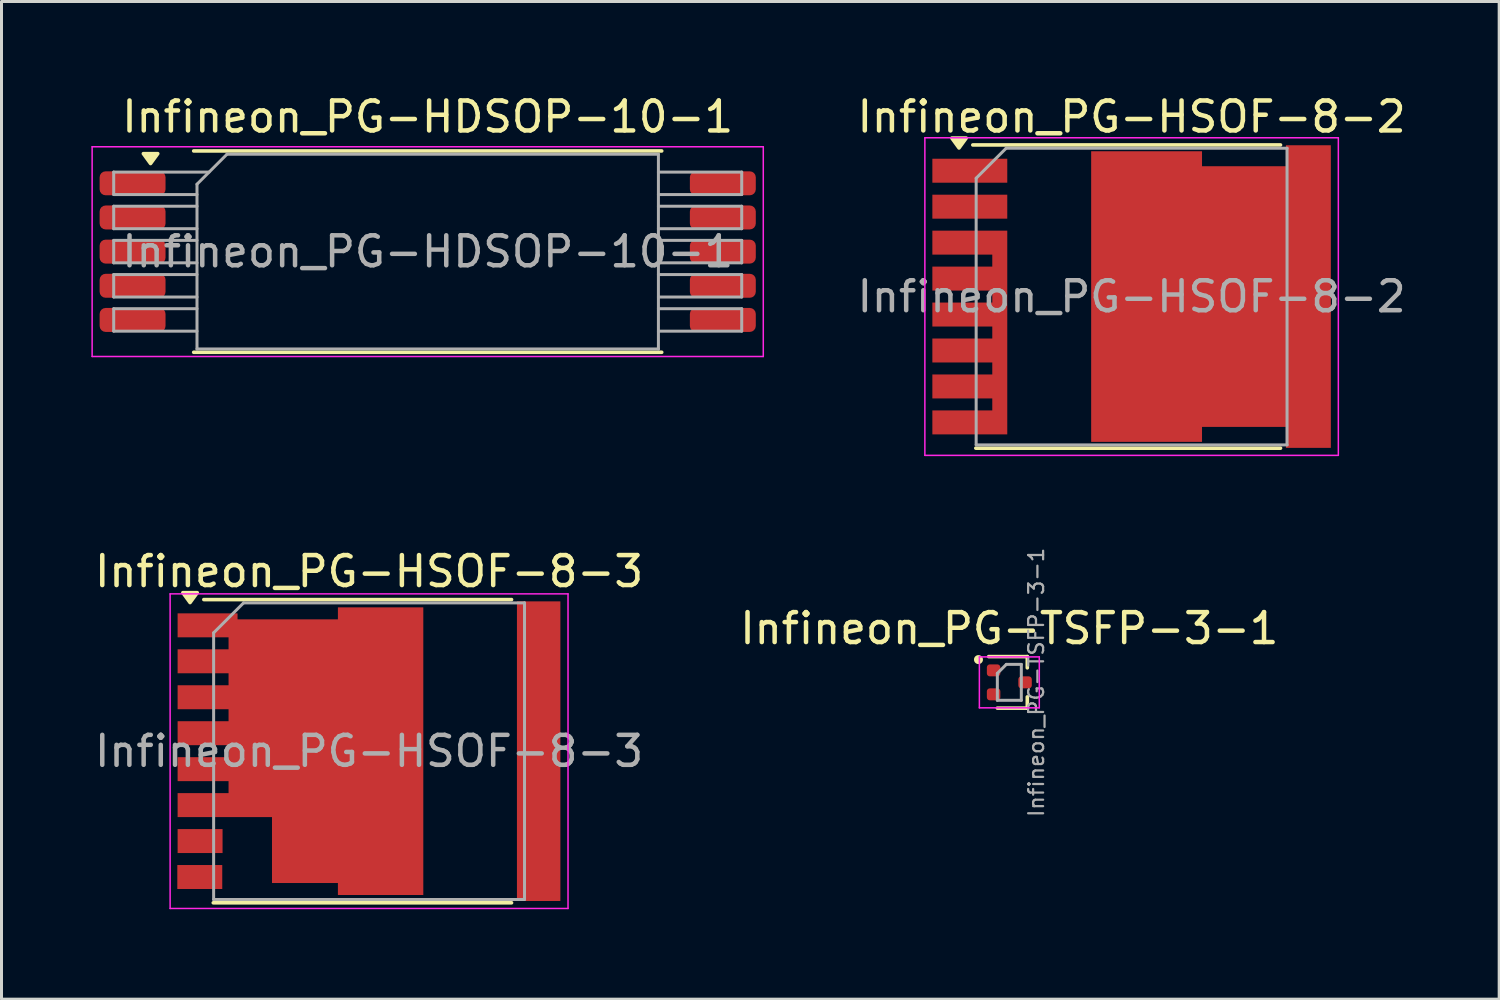
<source format=kicad_pcb>
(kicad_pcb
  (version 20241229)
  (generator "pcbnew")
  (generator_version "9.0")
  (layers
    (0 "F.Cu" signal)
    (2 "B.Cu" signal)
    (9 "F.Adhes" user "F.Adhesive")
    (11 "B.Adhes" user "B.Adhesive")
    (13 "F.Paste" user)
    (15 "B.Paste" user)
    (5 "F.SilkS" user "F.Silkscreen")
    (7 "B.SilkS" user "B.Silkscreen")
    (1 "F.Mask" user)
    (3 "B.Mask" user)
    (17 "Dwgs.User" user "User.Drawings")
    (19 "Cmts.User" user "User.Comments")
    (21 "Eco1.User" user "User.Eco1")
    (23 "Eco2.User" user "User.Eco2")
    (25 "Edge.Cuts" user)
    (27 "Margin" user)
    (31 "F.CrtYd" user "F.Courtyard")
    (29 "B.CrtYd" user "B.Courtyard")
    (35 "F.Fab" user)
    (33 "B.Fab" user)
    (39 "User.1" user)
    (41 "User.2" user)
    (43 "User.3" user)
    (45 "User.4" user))
  (footprint "Infineon_PG-HSOF-8-2"
    (layer "F.Cu")
    (at 34.718 6.848)
    (property "Reference" "Infineon_PG-HSOF-8-2" (at 0 -6 0) (layer "F.SilkS") (effects (font (size 1 1) (thickness 0.15))))
    (attr smd)
    (fp_line (start -5.3 -5.06) (end 4.97 -5.06) (stroke (width 0.12) (type solid)) (layer "F.SilkS"))
    (fp_line (start -5.2 5.06) (end 4.97 5.06) (stroke (width 0.12) (type solid)) (layer "F.SilkS"))
    (fp_poly (pts (xy -5.76 -4.96) (xy -5.52 -5.29) (xy -6 -5.29) (xy -5.76 -4.96)) (stroke (width 0.12) (type solid)) (fill yes) (layer "F.SilkS"))
    (fp_line (start -6.9 5.3) (end -6.9 -5.3) (stroke (width 0.05) (type solid)) (layer "F.CrtYd"))
    (fp_line (start -6.9 5.3) (end 6.9 5.3) (stroke (width 0.05) (type solid)) (layer "F.CrtYd"))
    (fp_line (start 6.9 -5.3) (end -6.9 -5.3) (stroke (width 0.05) (type solid)) (layer "F.CrtYd"))
    (fp_line (start 6.9 -5.3) (end 6.9 5.3) (stroke (width 0.05) (type solid)) (layer "F.CrtYd"))
    (fp_line (start -5.188 4.95) (end -5.188 -3.95) (stroke (width 0.1) (type solid)) (layer "F.Fab"))
    (fp_line (start -4.188 -4.95) (end -5.188 -3.95) (stroke (width 0.1) (type solid)) (layer "F.Fab"))
    (fp_line (start -4.188 -4.95) (end 5.188 -4.95) (stroke (width 0.1) (type solid)) (layer "F.Fab"))
    (fp_line (start 5.188 -4.95) (end 5.188 4.95) (stroke (width 0.1) (type solid)) (layer "F.Fab"))
    (fp_line (start 5.188 4.95) (end -5.188 4.95) (stroke (width 0.1) (type solid)) (layer "F.Fab"))
    (fp_text user "${REFERENCE}" (at 0 0 0) (layer "F.Fab") (effects (font (size 1 1) (thickness 0.15))))
    (pad "" smd rect (at -5.4 -4.2) (size 2.35 0.7) (layers "F.Paste"))
    (pad "" smd rect (at -5.4 -3) (size 2.35 0.7) (layers "F.Paste"))
    (pad "" smd rect (at -5.4 -1.8) (size 2.35 0.7) (layers "F.Paste"))
    (pad "" smd rect (at -5.4 -0.6) (size 2.35 0.7) (layers "F.Paste"))
    (pad "" smd rect (at -5.4 0.6) (size 2.35 0.7) (layers "F.Paste"))
    (pad "" smd rect (at -5.4 1.8) (size 2.35 0.7) (layers "F.Paste"))
    (pad "" smd rect (at -5.4 3) (size 2.35 0.7) (layers "F.Paste"))
    (pad "" smd rect (at -5.4 4.2) (size 2.35 0.7) (layers "F.Paste"))
    (pad "1" smd rect (at -5.4 -4.2) (size 2.5 0.8) (layers "F.Cu" "F.Mask"))
    (pad "2" smd rect (at -5.4 -3) (size 2.5 0.8) (layers "F.Cu" "F.Mask"))
    (pad "3" smd custom (at -4.4 1.2) (size 0.5 6.8) (layers "F.Cu" "F.Mask") (options (anchor rect)) (primitives (gr_poly (pts (xy -0.25 -2.6) (xy -2.25 -2.6) (xy -2.25 -3.4) (xy -0.25 -3.4)) (width 0) (fill yes)) (gr_poly (pts (xy -0.25 -1.4) (xy -2.25 -1.4) (xy -2.25 -2.2) (xy -0.25 -2.2)) (width 0) (fill yes)) (gr_poly (pts (xy -0.25 -0.2) (xy -2.25 -0.2) (xy -2.25 -1) (xy -0.25 -1)) (width 0) (fill yes)) (gr_poly (pts (xy -0.25 1) (xy -2.25 1) (xy -2.25 0.2) (xy -0.25 0.2)) (width 0) (fill yes)) (gr_poly (pts (xy -0.25 2.2) (xy -2.25 2.2) (xy -2.25 1.4) (xy -0.25 1.4)) (width 0) (fill yes)) (gr_poly (pts (xy -0.25 3.4) (xy -2.25 3.4) (xy -2.25 2.6) (xy -0.25 2.6)) (width 0) (fill yes))))
    (pad "4" smd custom (at 3.75 0) (size 2.8 8.7) (layers "F.Cu" "F.Mask" "F.Paste") (options (anchor rect)) (primitives (gr_poly (pts (xy 2.9 5.05) (xy 1.4 5.05) (xy 1.4 -5.05) (xy 2.9 -5.05)) (width 0) (fill yes)) (gr_poly (pts (xy -1.4 4.85) (xy -5.1 4.85) (xy -5.1 -4.85) (xy -1.4 -4.85)) (width 0) (fill yes)))))
  (footprint "Infineon_PG-HDSOP-10-1"
    (layer "F.Cu")
    (at 11.225 5.348)
    (property "Reference" "Infineon_PG-HDSOP-10-1" (at 0 -4.5 0) (layer "F.SilkS") (effects (font (size 1 1) (thickness 0.15))))
    (attr smd)
    (fp_line (start -7.81 -3.36) (end 7.81 -3.36) (stroke (width 0.12) (type solid)) (layer "F.SilkS"))
    (fp_line (start -7.81 3.36) (end 7.81 3.36) (stroke (width 0.12) (type solid)) (layer "F.SilkS"))
    (fp_poly (pts (xy -9.25 -2.94) (xy -9.01 -3.27) (xy -9.49 -3.27) (xy -9.25 -2.94)) (stroke (width 0.12) (type solid)) (fill yes) (layer "F.SilkS"))
    (fp_line (start -11.2 -3.5) (end -11.2 3.5) (stroke (width 0.05) (type solid)) (layer "F.CrtYd"))
    (fp_line (start -11.2 -3.5) (end 11.2 -3.5) (stroke (width 0.05) (type solid)) (layer "F.CrtYd"))
    (fp_line (start -11.2 3.5) (end 11.2 3.5) (stroke (width 0.05) (type solid)) (layer "F.CrtYd"))
    (fp_line (start 11.2 -3.5) (end 11.2 3.5) (stroke (width 0.05) (type solid)) (layer "F.CrtYd"))
    (fp_line (start -10.48 -2.655) (end -10.48 -1.905) (stroke (width 0.1) (type solid)) (layer "F.Fab"))
    (fp_line (start -10.48 -1.905) (end -7.7 -1.905) (stroke (width 0.1) (type solid)) (layer "F.Fab"))
    (fp_line (start -10.48 -1.515) (end -10.48 -0.765) (stroke (width 0.1) (type solid)) (layer "F.Fab"))
    (fp_line (start -10.48 -0.765) (end -7.7 -0.765) (stroke (width 0.1) (type solid)) (layer "F.Fab"))
    (fp_line (start -10.48 -0.375) (end -10.48 0.375) (stroke (width 0.1) (type solid)) (layer "F.Fab"))
    (fp_line (start -10.48 0.375) (end -7.7 0.375) (stroke (width 0.1) (type solid)) (layer "F.Fab"))
    (fp_line (start -10.48 0.765) (end -10.48 1.515) (stroke (width 0.1) (type solid)) (layer "F.Fab"))
    (fp_line (start -10.48 1.515) (end -7.7 1.515) (stroke (width 0.1) (type solid)) (layer "F.Fab"))
    (fp_line (start -10.48 1.905) (end -10.48 2.655) (stroke (width 0.1) (type solid)) (layer "F.Fab"))
    (fp_line (start -10.48 2.655) (end -7.7 2.655) (stroke (width 0.1) (type solid)) (layer "F.Fab"))
    (fp_line (start -7.7 -1.515) (end -10.48 -1.515) (stroke (width 0.1) (type solid)) (layer "F.Fab"))
    (fp_line (start -7.7 -0.375) (end -10.48 -0.375) (stroke (width 0.1) (type solid)) (layer "F.Fab"))
    (fp_line (start -7.7 0.765) (end -10.48 0.765) (stroke (width 0.1) (type solid)) (layer "F.Fab"))
    (fp_line (start -7.7 1.905) (end -10.48 1.905) (stroke (width 0.1) (type solid)) (layer "F.Fab"))
    (fp_line (start -7.7 3.25) (end -7.7 -2.25) (stroke (width 0.1) (type solid)) (layer "F.Fab"))
    (fp_line (start -7.7 3.25) (end 7.7 3.25) (stroke (width 0.1) (type solid)) (layer "F.Fab"))
    (fp_line (start -7.3 -2.655) (end -10.48 -2.655) (stroke (width 0.1) (type solid)) (layer "F.Fab"))
    (fp_line (start -6.7 -3.25) (end -7.7 -2.25) (stroke (width 0.1) (type solid)) (layer "F.Fab"))
    (fp_line (start -6.7 -3.25) (end 7.7 -3.25) (stroke (width 0.1) (type solid)) (layer "F.Fab"))
    (fp_line (start 7.7 -2.655) (end 10.48 -2.655) (stroke (width 0.1) (type solid)) (layer "F.Fab"))
    (fp_line (start 7.7 -1.515) (end 10.48 -1.515) (stroke (width 0.1) (type solid)) (layer "F.Fab"))
    (fp_line (start 7.7 -0.375) (end 10.48 -0.375) (stroke (width 0.1) (type solid)) (layer "F.Fab"))
    (fp_line (start 7.7 0.765) (end 10.48 0.765) (stroke (width 0.1) (type solid)) (layer "F.Fab"))
    (fp_line (start 7.7 1.905) (end 10.48 1.905) (stroke (width 0.1) (type solid)) (layer "F.Fab"))
    (fp_line (start 7.7 3.25) (end 7.7 -3.25) (stroke (width 0.1) (type solid)) (layer "F.Fab"))
    (fp_line (start 10.48 -2.655) (end 10.48 -1.905) (stroke (width 0.1) (type solid)) (layer "F.Fab"))
    (fp_line (start 10.48 -1.905) (end 7.7 -1.905) (stroke (width 0.1) (type solid)) (layer "F.Fab"))
    (fp_line (start 10.48 -1.515) (end 10.48 -0.765) (stroke (width 0.1) (type solid)) (layer "F.Fab"))
    (fp_line (start 10.48 -0.765) (end 7.7 -0.765) (stroke (width 0.1) (type solid)) (layer "F.Fab"))
    (fp_line (start 10.48 -0.375) (end 10.48 0.375) (stroke (width 0.1) (type solid)) (layer "F.Fab"))
    (fp_line (start 10.48 0.375) (end 7.7 0.375) (stroke (width 0.1) (type solid)) (layer "F.Fab"))
    (fp_line (start 10.48 0.765) (end 10.48 1.515) (stroke (width 0.1) (type solid)) (layer "F.Fab"))
    (fp_line (start 10.48 1.515) (end 7.7 1.515) (stroke (width 0.1) (type solid)) (layer "F.Fab"))
    (fp_line (start 10.48 1.905) (end 10.48 2.655) (stroke (width 0.1) (type solid)) (layer "F.Fab"))
    (fp_line (start 10.48 2.655) (end 7.7 2.655) (stroke (width 0.1) (type solid)) (layer "F.Fab"))
    (fp_text user "${REFERENCE}" (at 0 0 0) (layer "F.Fab") (effects (font (size 1 1) (thickness 0.15))))
    (pad "1" smd roundrect (at -9.85 -2.28) (size 2.2 0.8) (layers "F.Cu" "F.Mask" "F.Paste") (roundrect_rratio 0.25))
    (pad "2" smd roundrect (at -9.85 -1.14) (size 2.2 0.8) (layers "F.Cu" "F.Mask" "F.Paste") (roundrect_rratio 0.25))
    (pad "3" smd roundrect (at -9.85 0) (size 2.2 0.8) (layers "F.Cu" "F.Mask" "F.Paste") (roundrect_rratio 0.25))
    (pad "4" smd roundrect (at -9.85 1.14) (size 2.2 0.8) (layers "F.Cu" "F.Mask" "F.Paste") (roundrect_rratio 0.25))
    (pad "5" smd roundrect (at -9.85 2.28) (size 2.2 0.8) (layers "F.Cu" "F.Mask" "F.Paste") (roundrect_rratio 0.25))
    (pad "6" smd roundrect (at 9.85 2.28) (size 2.2 0.8) (layers "F.Cu" "F.Mask" "F.Paste") (roundrect_rratio 0.25))
    (pad "7" smd roundrect (at 9.85 1.14) (size 2.2 0.8) (layers "F.Cu" "F.Mask" "F.Paste") (roundrect_rratio 0.25))
    (pad "8" smd roundrect (at 9.85 0) (size 2.2 0.8) (layers "F.Cu" "F.Mask" "F.Paste") (roundrect_rratio 0.25))
    (pad "9" smd roundrect (at 9.85 -1.14) (size 2.2 0.8) (layers "F.Cu" "F.Mask" "F.Paste") (roundrect_rratio 0.25))
    (pad "10" smd roundrect (at 9.85 -2.28) (size 2.2 0.8) (layers "F.Cu" "F.Mask" "F.Paste") (roundrect_rratio 0.25)))
  (footprint "Infineon_PG-TSFP-3-1"
    (layer "F.Cu")
    (at 30.637 19.724)
    (property "Reference" "Infineon_PG-TSFP-3-1" (at 0 -1.8 0) (layer "F.SilkS") (effects (font (size 1 1) (thickness 0.15))))
    (attr smd)
    (fp_line (start -0.69 -0.86) (end 0.6 -0.86) (stroke (width 0.12) (type solid)) (layer "F.SilkS"))
    (fp_line (start 0.6 -0.86) (end 0.6 -0.485) (stroke (width 0.12) (type solid)) (layer "F.SilkS"))
    (fp_line (start 0.6 0.485) (end 0.6 0.86) (stroke (width 0.12) (type solid)) (layer "F.SilkS"))
    (fp_line (start 0.6 0.86) (end -0.4 0.86) (stroke (width 0.12) (type solid)) (layer "F.SilkS"))
    (fp_circle (center -1.03 -0.76) (end -0.88 -0.76) (stroke (width 0) (type solid)) (fill yes) (layer "F.SilkS"))
    (fp_line (start -1 -0.85) (end 1 -0.85) (stroke (width 0.05) (type solid)) (layer "F.CrtYd"))
    (fp_line (start -1 0.85) (end -1 -0.85) (stroke (width 0.05) (type solid)) (layer "F.CrtYd"))
    (fp_line (start 1 -0.85) (end 1 0.85) (stroke (width 0.05) (type solid)) (layer "F.CrtYd"))
    (fp_line (start 1 0.85) (end -1 0.85) (stroke (width 0.05) (type solid)) (layer "F.CrtYd"))
    (fp_line (start -0.4 -0.3) (end -0.1 -0.6) (stroke (width 0.1) (type solid)) (layer "F.Fab"))
    (fp_line (start -0.4 0.6) (end -0.4 -0.3) (stroke (width 0.1) (type solid)) (layer "F.Fab"))
    (fp_line (start -0.1 -0.6) (end 0.4 -0.6) (stroke (width 0.1) (type solid)) (layer "F.Fab"))
    (fp_line (start 0.4 -0.6) (end 0.4 0.6) (stroke (width 0.1) (type solid)) (layer "F.Fab"))
    (fp_line (start 0.4 0.6) (end -0.4 0.6) (stroke (width 0.1) (type solid)) (layer "F.Fab"))
    (fp_text user "${REFERENCE}" (at 0.9 0 90) (layer "F.Fab") (effects (font (size 0.5 0.5) (thickness 0.075))))
    (pad "1" smd roundrect (at -0.525 -0.4 270) (size 0.4 0.45) (layers "F.Cu" "F.Mask" "F.Paste") (roundrect_rratio 0.25))
    (pad "2" smd roundrect (at -0.525 0.4 270) (size 0.4 0.45) (layers "F.Cu" "F.Mask" "F.Paste") (roundrect_rratio 0.25))
    (pad "3" smd roundrect (at 0.525 0 270) (size 0.4 0.45) (layers "F.Cu" "F.Mask" "F.Paste") (roundrect_rratio 0.25)))
  (footprint "Infineon_PG-HSOF-8-3"
    (layer "F.Cu")
    (at 9.268 22.021)
    (property "Reference" "Infineon_PG-HSOF-8-3" (at 0 -6 0) (layer "F.SilkS") (effects (font (size 1 1) (thickness 0.15))))
    (attr smd)
    (fp_line (start -5.515 -5.06) (end 4.755 -5.06) (stroke (width 0.12) (type solid)) (layer "F.SilkS"))
    (fp_line (start -5.2 5.06) (end 4.755 5.06) (stroke (width 0.12) (type solid)) (layer "F.SilkS"))
    (fp_poly (pts (xy -5.975 -4.96) (xy -5.735 -5.29) (xy -6.215 -5.29) (xy -5.975 -4.96)) (stroke (width 0.12) (type solid)) (fill yes) (layer "F.SilkS"))
    (fp_line (start -6.64 5.25) (end -6.64 -5.25) (stroke (width 0.05) (type solid)) (layer "F.CrtYd"))
    (fp_line (start -6.64 5.25) (end 6.64 5.25) (stroke (width 0.05) (type solid)) (layer "F.CrtYd"))
    (fp_line (start 6.64 -5.25) (end -6.64 -5.25) (stroke (width 0.05) (type solid)) (layer "F.CrtYd"))
    (fp_line (start 6.64 -5.25) (end 6.64 5.25) (stroke (width 0.05) (type solid)) (layer "F.CrtYd"))
    (fp_line (start -5.188 4.95) (end -5.188 -3.95) (stroke (width 0.1) (type solid)) (layer "F.Fab"))
    (fp_line (start -4.188 -4.95) (end -5.188 -3.95) (stroke (width 0.1) (type solid)) (layer "F.Fab"))
    (fp_line (start -4.188 -4.95) (end 5.188 -4.95) (stroke (width 0.1) (type solid)) (layer "F.Fab"))
    (fp_line (start 5.188 -4.95) (end 5.188 4.95) (stroke (width 0.1) (type solid)) (layer "F.Fab"))
    (fp_line (start 5.188 4.95) (end -5.188 4.95) (stroke (width 0.1) (type solid)) (layer "F.Fab"))
    (fp_text user "${REFERENCE}" (at 0 0 0) (layer "F.Fab") (effects (font (size 1 1) (thickness 0.15))))
    (pad "" smd rect (at -5.44 -4.2) (size 1.8 0.8) (layers "F.Paste"))
    (pad "" smd rect (at -5.44 -3) (size 1.8 0.8) (layers "F.Paste"))
    (pad "" smd rect (at -5.44 -1.8) (size 1.8 0.8) (layers "F.Paste"))
    (pad "" smd rect (at -5.44 -0.6) (size 1.8 0.8) (layers "F.Paste"))
    (pad "" smd rect (at -5.44 0.6) (size 1.8 0.8) (layers "F.Paste"))
    (pad "" smd rect (at -5.44 1.8) (size 1.8 0.8) (layers "F.Paste"))
    (pad "" smd rect (at -3.6 -2.25) (size 0.8 4.1) (layers "F.Paste"))
    (pad "" smd rect (at -3.6 1.15) (size 0.8 1.9) (layers "F.Paste"))
    (pad "" smd rect (at -2.4 -2.25) (size 0.8 4.1) (layers "F.Paste"))
    (pad "" smd rect (at -2.4 2.25) (size 0.8 4.1) (layers "F.Paste"))
    (pad "" smd rect (at -1.2 -2.25) (size 0.8 4.1) (layers "F.Paste"))
    (pad "" smd rect (at -1.2 2.25) (size 0.8 4.1) (layers "F.Paste"))
    (pad "" smd rect (at 0 -2.45) (size 0.8 4.5) (layers "F.Paste"))
    (pad "" smd rect (at 0 2.45) (size 0.8 4.5) (layers "F.Paste"))
    (pad "" smd rect (at 1.26 -2.45) (size 0.8 4.5) (layers "F.Paste"))
    (pad "" smd rect (at 1.26 2.45) (size 0.8 4.5) (layers "F.Paste"))
    (pad "" smd rect (at 5.65 -4) (size 1.35 1.5) (layers "F.Paste"))
    (pad "" smd rect (at 5.65 4) (size 1.35 1.5) (layers "F.Paste"))
    (pad "" smd rect (at 5.66 -2) (size 1.35 1.5) (layers "F.Paste"))
    (pad "" smd rect (at 5.66 0) (size 1.35 1.5) (layers "F.Paste"))
    (pad "" smd rect (at 5.66 2) (size 1.35 1.5) (layers "F.Paste"))
    (pad "1" smd custom (at 0.385 0) (size 2.85 9.6) (layers "F.Cu" "F.Mask") (options (anchor rect)) (primitives (gr_poly (pts (xy -4.775 -4.4) (xy -1.425 -4.4) (xy -1.425 4.4) (xy -3.625 4.4) (xy -3.625 2.2) (xy -6.775 2.2) (xy -6.775 1.4) (xy -5.075 1.4) (xy -5.075 1) (xy -6.775 1) (xy -6.775 0.2) (xy -5.075 0.2) (xy -5.075 -0.2) (xy -6.775 -0.2) (xy -6.775 -1) (xy -5.075 -1) (xy -5.075 -1.4) (xy -6.775 -1.4) (xy -6.775 -2.2) (xy -5.075 -2.2) (xy -5.075 -2.6) (xy -6.775 -2.6) (xy -6.775 -3.4) (xy -5.075 -3.4) (xy -5.075 -3.8) (xy -6.775 -3.8) (xy -6.775 -4.6) (xy -4.775 -4.6)) (width 0) (fill yes))))
    (pad "2" smd rect (at -5.64 3) (size 1.5 0.8) (layers "F.Cu" "F.Mask" "F.Paste"))
    (pad "3" smd rect (at -5.65 4.2) (size 1.5 0.8) (layers "F.Cu" "F.Mask" "F.Paste"))
    (pad "4" smd rect (at 5.66 0) (size 1.45 10) (layers "F.Cu" "F.Mask")))
  (gr_rect
    (start -3 -3)
    (end 46.986 30.297)
    (stroke (width 0.1) (type default))
    (fill no)
    (layer "Edge.Cuts")))
</source>
